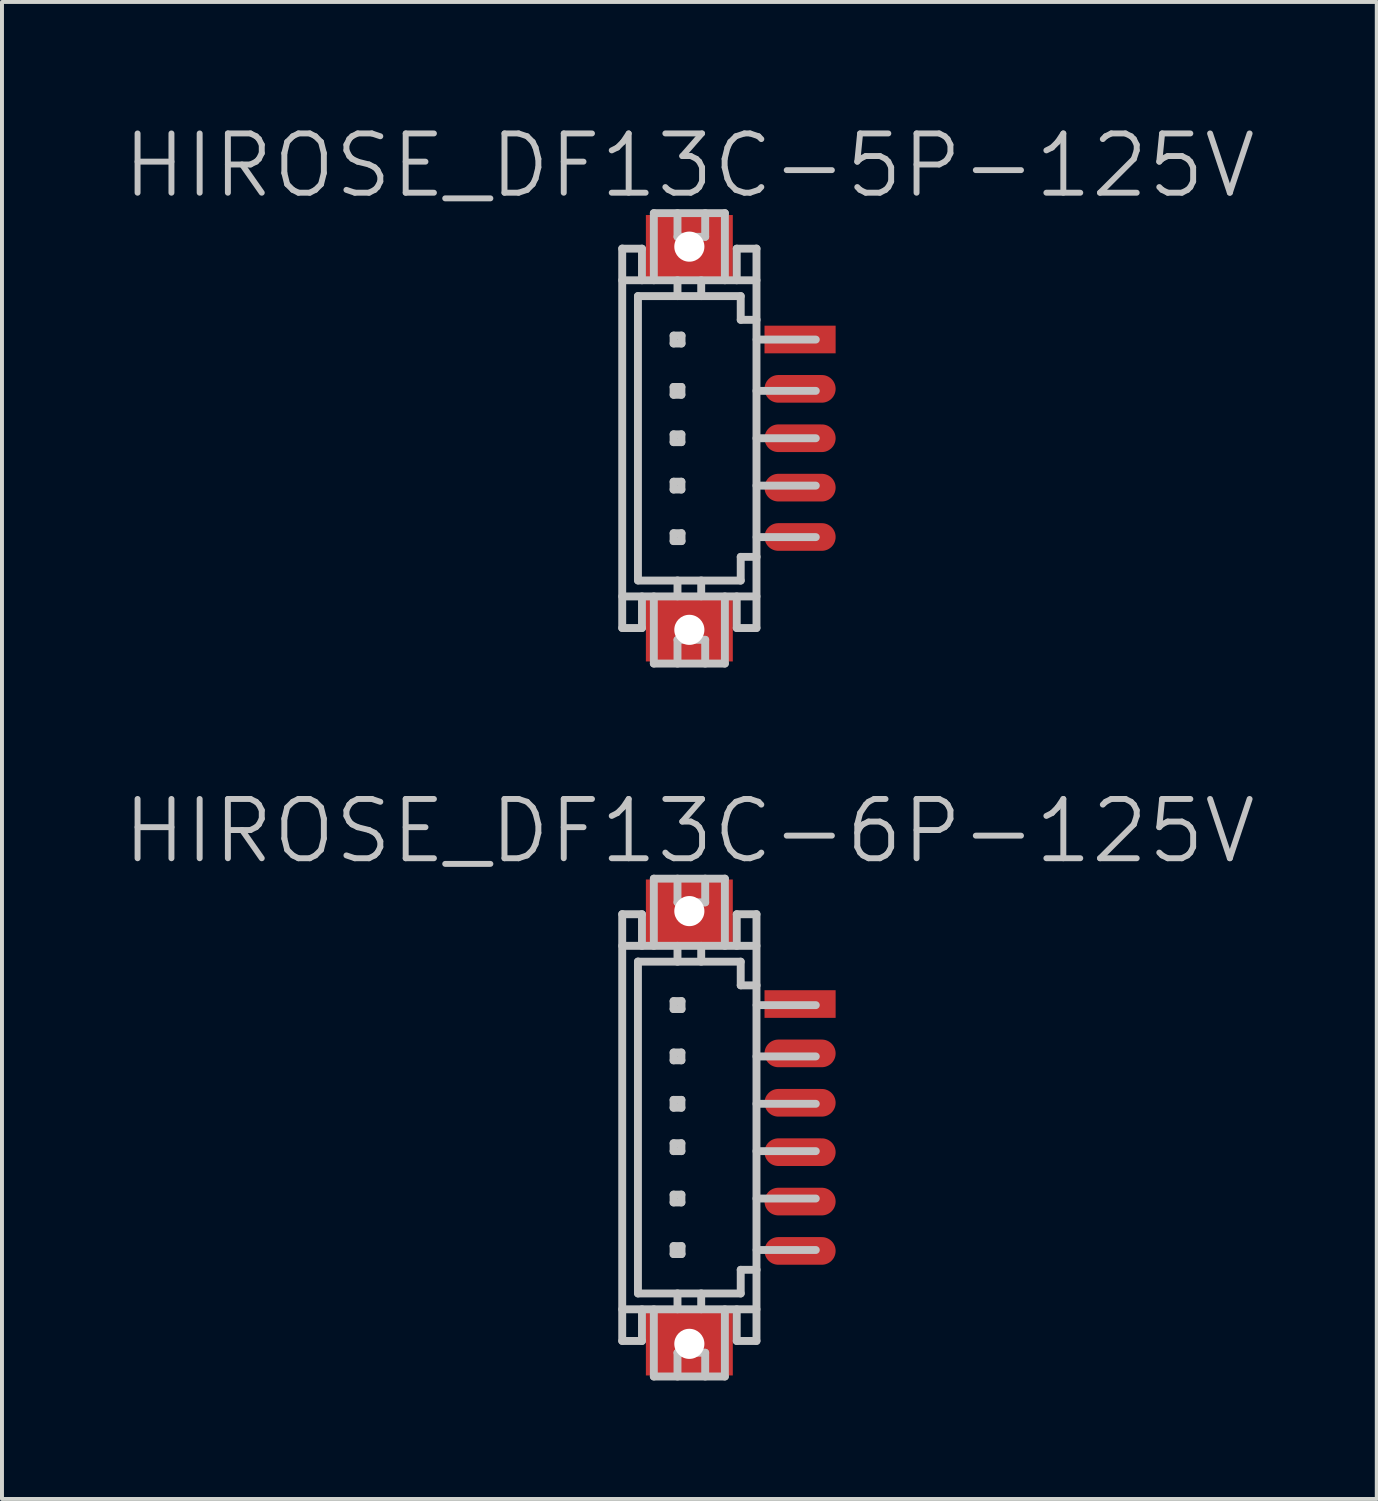
<source format=kicad_pcb>
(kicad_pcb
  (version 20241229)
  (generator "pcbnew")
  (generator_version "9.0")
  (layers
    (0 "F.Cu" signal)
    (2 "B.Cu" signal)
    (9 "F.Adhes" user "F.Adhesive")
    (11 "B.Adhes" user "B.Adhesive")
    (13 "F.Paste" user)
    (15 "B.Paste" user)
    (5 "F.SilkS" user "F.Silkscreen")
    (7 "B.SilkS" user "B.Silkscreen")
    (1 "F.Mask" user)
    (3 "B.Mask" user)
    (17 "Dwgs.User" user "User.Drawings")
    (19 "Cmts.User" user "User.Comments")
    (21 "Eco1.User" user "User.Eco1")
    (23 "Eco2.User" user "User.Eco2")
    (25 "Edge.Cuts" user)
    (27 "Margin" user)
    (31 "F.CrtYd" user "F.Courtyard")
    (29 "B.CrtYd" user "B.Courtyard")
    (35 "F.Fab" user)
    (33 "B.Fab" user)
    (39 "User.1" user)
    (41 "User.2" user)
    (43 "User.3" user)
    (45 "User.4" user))
  (footprint "HIROSE_DF13C-6P-125V"
    (layer "F.Cu")
    (at 14.396 25.484)
    (property "Reference" "HIROSE_DF13C-6P-125V" (at 0 -7.5 180) (layer "Dwgs.User") (effects (font (size 1.5 1.5) (thickness 0.15))))
    (attr smd)
    (fp_line (start -1.699 -5.4) (end -1.699 5.4) (stroke (width 0.2) (type solid)) (layer "Dwgs.User"))
    (fp_line (start -1.699 -5.397) (end -1.199 -5.397) (stroke (width 0.2) (type solid)) (layer "Dwgs.User"))
    (fp_line (start -1.699 5.403) (end -1.199 5.403) (stroke (width 0.2) (type solid)) (layer "Dwgs.User"))
    (fp_line (start -1.301 -4.196) (end 1.3 -4.196) (stroke (width 0.2) (type solid)) (layer "Dwgs.User"))
    (fp_line (start -1.301 4.201) (end -1.301 -4.201) (stroke (width 0.2) (type solid)) (layer "Dwgs.User"))
    (fp_line (start -1.298 4.201) (end 1.3 4.201) (stroke (width 0.2) (type solid)) (layer "Dwgs.User"))
    (fp_line (start -1.199 -4.597) (end -1.199 -5.397) (stroke (width 0.2) (type solid)) (layer "Dwgs.User"))
    (fp_line (start -1.199 5.403) (end -1.199 4.602) (stroke (width 0.2) (type solid)) (layer "Dwgs.User"))
    (fp_line (start -0.899 -6.297) (end -0.899 -4.597) (stroke (width 0.2) (type solid)) (layer "Dwgs.User"))
    (fp_line (start -0.899 -6.297) (end 0.899 -6.297) (stroke (width 0.2) (type solid)) (layer "Dwgs.User"))
    (fp_line (start -0.899 6.302) (end -0.899 4.602) (stroke (width 0.2) (type solid)) (layer "Dwgs.User"))
    (fp_line (start -0.399 -3.198) (end -0.399 -2.997) (stroke (width 0.2) (type solid)) (layer "Dwgs.User"))
    (fp_line (start -0.399 -2.997) (end -0.198 -2.997) (stroke (width 0.2) (type solid)) (layer "Dwgs.User"))
    (fp_line (start -0.399 -1.897) (end -0.201 -1.897) (stroke (width 0.2) (type solid)) (layer "Dwgs.User"))
    (fp_line (start -0.399 -1.699) (end -0.399 -1.897) (stroke (width 0.2) (type solid)) (layer "Dwgs.User"))
    (fp_line (start -0.399 -0.699) (end -0.201 -0.699) (stroke (width 0.2) (type solid)) (layer "Dwgs.User"))
    (fp_line (start -0.399 -0.5) (end -0.399 -0.699) (stroke (width 0.2) (type solid)) (layer "Dwgs.User"))
    (fp_line (start -0.399 0.399) (end -0.201 0.399) (stroke (width 0.2) (type solid)) (layer "Dwgs.User"))
    (fp_line (start -0.399 0.599) (end -0.399 0.399) (stroke (width 0.2) (type solid)) (layer "Dwgs.User"))
    (fp_line (start -0.399 1.699) (end -0.201 1.699) (stroke (width 0.2) (type solid)) (layer "Dwgs.User"))
    (fp_line (start -0.399 1.897) (end -0.399 1.699) (stroke (width 0.2) (type solid)) (layer "Dwgs.User"))
    (fp_line (start -0.399 3.002) (end -0.198 3.002) (stroke (width 0.2) (type solid)) (layer "Dwgs.User"))
    (fp_line (start -0.399 3.203) (end -0.399 3.002) (stroke (width 0.2) (type solid)) (layer "Dwgs.User"))
    (fp_line (start -0.3 -5.697) (end -0.3 -6.297) (stroke (width 0.2) (type solid)) (layer "Dwgs.User"))
    (fp_line (start -0.3 -4.597) (end -0.3 -4.196) (stroke (width 0.2) (type solid)) (layer "Dwgs.User"))
    (fp_line (start -0.3 4.199) (end -0.3 4.6) (stroke (width 0.2) (type solid)) (layer "Dwgs.User"))
    (fp_line (start -0.3 5.702) (end -0.3 6.302) (stroke (width 0.2) (type solid)) (layer "Dwgs.User"))
    (fp_line (start -0.201 -1.897) (end -0.201 -1.699) (stroke (width 0.2) (type solid)) (layer "Dwgs.User"))
    (fp_line (start -0.201 -1.699) (end -0.399 -1.699) (stroke (width 0.2) (type solid)) (layer "Dwgs.User"))
    (fp_line (start -0.201 -0.699) (end -0.201 -0.5) (stroke (width 0.2) (type solid)) (layer "Dwgs.User"))
    (fp_line (start -0.201 -0.5) (end -0.399 -0.5) (stroke (width 0.2) (type solid)) (layer "Dwgs.User"))
    (fp_line (start -0.201 0.399) (end -0.201 0.599) (stroke (width 0.2) (type solid)) (layer "Dwgs.User"))
    (fp_line (start -0.201 0.599) (end -0.399 0.599) (stroke (width 0.2) (type solid)) (layer "Dwgs.User"))
    (fp_line (start -0.201 1.699) (end -0.201 1.897) (stroke (width 0.2) (type solid)) (layer "Dwgs.User"))
    (fp_line (start -0.201 1.897) (end -0.399 1.897) (stroke (width 0.2) (type solid)) (layer "Dwgs.User"))
    (fp_line (start -0.198 -3.198) (end -0.399 -3.198) (stroke (width 0.2) (type solid)) (layer "Dwgs.User"))
    (fp_line (start -0.198 -2.997) (end -0.198 -3.198) (stroke (width 0.2) (type solid)) (layer "Dwgs.User"))
    (fp_line (start -0.198 3.002) (end -0.198 3.203) (stroke (width 0.2) (type solid)) (layer "Dwgs.User"))
    (fp_line (start -0.198 3.203) (end -0.399 3.203) (stroke (width 0.2) (type solid)) (layer "Dwgs.User"))
    (fp_line (start 0.3 -4.597) (end 0.3 -4.196) (stroke (width 0.2) (type solid)) (layer "Dwgs.User"))
    (fp_line (start 0.3 4.6) (end 0.3 4.199) (stroke (width 0.2) (type solid)) (layer "Dwgs.User"))
    (fp_line (start 0.401 -6.297) (end 0.401 -5.697) (stroke (width 0.2) (type solid)) (layer "Dwgs.User"))
    (fp_line (start 0.401 -5.697) (end -0.3 -5.697) (stroke (width 0.2) (type solid)) (layer "Dwgs.User"))
    (fp_line (start 0.401 5.7) (end -0.3 5.7) (stroke (width 0.2) (type solid)) (layer "Dwgs.User"))
    (fp_line (start 0.401 5.702) (end 0.401 6.302) (stroke (width 0.2) (type solid)) (layer "Dwgs.User"))
    (fp_line (start 0.899 -6.297) (end 0.899 -4.597) (stroke (width 0.2) (type solid)) (layer "Dwgs.User"))
    (fp_line (start 0.899 6.302) (end -0.899 6.302) (stroke (width 0.2) (type solid)) (layer "Dwgs.User"))
    (fp_line (start 0.899 6.302) (end 0.899 4.602) (stroke (width 0.2) (type solid)) (layer "Dwgs.User"))
    (fp_line (start 1.199 -5.397) (end 1.699 -5.397) (stroke (width 0.2) (type solid)) (layer "Dwgs.User"))
    (fp_line (start 1.199 -4.597) (end 1.199 -5.397) (stroke (width 0.2) (type solid)) (layer "Dwgs.User"))
    (fp_line (start 1.199 5.403) (end 1.199 4.602) (stroke (width 0.2) (type solid)) (layer "Dwgs.User"))
    (fp_line (start 1.199 5.403) (end 1.699 5.403) (stroke (width 0.2) (type solid)) (layer "Dwgs.User"))
    (fp_line (start 1.3 -4.196) (end 1.3 -3.597) (stroke (width 0.2) (type solid)) (layer "Dwgs.User"))
    (fp_line (start 1.3 3.602) (end 1.702 3.602) (stroke (width 0.2) (type solid)) (layer "Dwgs.User"))
    (fp_line (start 1.3 4.201) (end 1.3 3.602) (stroke (width 0.2) (type solid)) (layer "Dwgs.User"))
    (fp_line (start 1.699 -4.597) (end -1.699 -4.597) (stroke (width 0.2) (type solid)) (layer "Dwgs.User"))
    (fp_line (start 1.699 -1.798) (end 3.2 -1.798) (stroke (width 0.2) (type solid)) (layer "Dwgs.User"))
    (fp_line (start 1.699 0.599) (end 3.2 0.599) (stroke (width 0.2) (type solid)) (layer "Dwgs.User"))
    (fp_line (start 1.699 1.798) (end 3.2 1.798) (stroke (width 0.2) (type solid)) (layer "Dwgs.User"))
    (fp_line (start 1.699 4.602) (end -1.699 4.602) (stroke (width 0.2) (type solid)) (layer "Dwgs.User"))
    (fp_line (start 1.699 5.4) (end 1.699 -5.4) (stroke (width 0.2) (type solid)) (layer "Dwgs.User"))
    (fp_line (start 1.702 -3.597) (end 1.3 -3.597) (stroke (width 0.2) (type solid)) (layer "Dwgs.User"))
    (fp_line (start 1.702 -3.096) (end 3.2 -3.096) (stroke (width 0.2) (type solid)) (layer "Dwgs.User"))
    (fp_line (start 1.702 3.101) (end 3.2 3.101) (stroke (width 0.2) (type solid)) (layer "Dwgs.User"))
    (fp_line (start 3.2 -0.599) (end 1.699 -0.599) (stroke (width 0.2) (type solid)) (layer "Dwgs.User"))
    (pad "" np_thru_hole rect (at -0.0001 -5.476 270) (size 1.6 2.2) (drill 0.762) (layers "F.Cu" "F.Mask" "F.Paste"))
    (pad "" np_thru_hole rect (at -0.0001 5.476 270) (size 1.6 2.2) (drill 0.762) (layers "F.Cu" "F.Mask" "F.Paste"))
    (pad "1" smd rect (at 2.802 -3.124 270) (size 0.7 1.8) (layers "F.Cu" "F.Mask" "F.Paste"))
    (pad "2" smd oval (at 2.802 -1.875 270) (size 0.7 1.8) (layers "F.Cu" "F.Mask" "F.Paste"))
    (pad "3" smd oval (at 2.802 -0.625 270) (size 0.7 1.8) (layers "F.Cu" "F.Mask" "F.Paste"))
    (pad "4" smd oval (at 2.802 0.625 270) (size 0.7 1.8) (layers "F.Cu" "F.Mask" "F.Paste"))
    (pad "5" smd oval (at 2.802 1.875 270) (size 0.7 1.8) (layers "F.Cu" "F.Mask" "F.Paste"))
    (pad "6" smd oval (at 2.802 3.124 270) (size 0.7 1.8) (layers "F.Cu" "F.Mask" "F.Paste")))
  (footprint "HIROSE_DF13C-5P-125V"
    (layer "F.Cu")
    (at 14.396 8.041)
    (property "Reference" "HIROSE_DF13C-5P-125V" (at 0 -6.9 180) (layer "Dwgs.User") (effects (font (size 1.5 1.5) (thickness 0.15))))
    (attr smd)
    (fp_line (start -1.699 -4.798) (end -1.199 -4.798) (stroke (width 0.2) (type solid)) (layer "Dwgs.User"))
    (fp_line (start -1.699 4.801) (end -1.699 -4.801) (stroke (width 0.2) (type solid)) (layer "Dwgs.User"))
    (fp_line (start -1.699 4.803) (end -1.199 4.803) (stroke (width 0.2) (type solid)) (layer "Dwgs.User"))
    (fp_line (start -1.301 -3.597) (end 1.3 -3.597) (stroke (width 0.2) (type solid)) (layer "Dwgs.User"))
    (fp_line (start -1.301 3.599) (end -1.301 -3.599) (stroke (width 0.2) (type solid)) (layer "Dwgs.User"))
    (fp_line (start -1.298 3.602) (end 1.3 3.602) (stroke (width 0.2) (type solid)) (layer "Dwgs.User"))
    (fp_line (start -1.199 -3.998) (end -1.199 -4.798) (stroke (width 0.2) (type solid)) (layer "Dwgs.User"))
    (fp_line (start -1.199 4.803) (end -1.199 4.003) (stroke (width 0.2) (type solid)) (layer "Dwgs.User"))
    (fp_line (start -0.899 -5.697) (end -0.899 -3.998) (stroke (width 0.2) (type solid)) (layer "Dwgs.User"))
    (fp_line (start -0.899 -5.697) (end 0.899 -5.697) (stroke (width 0.2) (type solid)) (layer "Dwgs.User"))
    (fp_line (start -0.899 5.702) (end -0.899 4.003) (stroke (width 0.2) (type solid)) (layer "Dwgs.User"))
    (fp_line (start -0.399 -2.598) (end -0.399 -2.398) (stroke (width 0.2) (type solid)) (layer "Dwgs.User"))
    (fp_line (start -0.399 -2.398) (end -0.198 -2.398) (stroke (width 0.2) (type solid)) (layer "Dwgs.User"))
    (fp_line (start -0.399 -1.298) (end -0.201 -1.298) (stroke (width 0.2) (type solid)) (layer "Dwgs.User"))
    (fp_line (start -0.399 -1.1) (end -0.399 -1.298) (stroke (width 0.2) (type solid)) (layer "Dwgs.User"))
    (fp_line (start -0.399 -0.099) (end -0.201 -0.099) (stroke (width 0.2) (type solid)) (layer "Dwgs.User"))
    (fp_line (start -0.399 0.099) (end -0.399 -0.099) (stroke (width 0.2) (type solid)) (layer "Dwgs.User"))
    (fp_line (start -0.399 1.1) (end -0.201 1.1) (stroke (width 0.2) (type solid)) (layer "Dwgs.User"))
    (fp_line (start -0.399 1.298) (end -0.399 1.1) (stroke (width 0.2) (type solid)) (layer "Dwgs.User"))
    (fp_line (start -0.399 2.403) (end -0.198 2.403) (stroke (width 0.2) (type solid)) (layer "Dwgs.User"))
    (fp_line (start -0.399 2.603) (end -0.399 2.403) (stroke (width 0.2) (type solid)) (layer "Dwgs.User"))
    (fp_line (start -0.3 -5.098) (end -0.3 -5.697) (stroke (width 0.2) (type solid)) (layer "Dwgs.User"))
    (fp_line (start -0.3 -3.998) (end -0.3 -3.597) (stroke (width 0.2) (type solid)) (layer "Dwgs.User"))
    (fp_line (start -0.3 3.599) (end -0.3 4) (stroke (width 0.2) (type solid)) (layer "Dwgs.User"))
    (fp_line (start -0.3 5.103) (end -0.3 5.702) (stroke (width 0.2) (type solid)) (layer "Dwgs.User"))
    (fp_line (start -0.201 -1.298) (end -0.201 -1.1) (stroke (width 0.2) (type solid)) (layer "Dwgs.User"))
    (fp_line (start -0.201 -1.1) (end -0.399 -1.1) (stroke (width 0.2) (type solid)) (layer "Dwgs.User"))
    (fp_line (start -0.201 -0.099) (end -0.201 0.099) (stroke (width 0.2) (type solid)) (layer "Dwgs.User"))
    (fp_line (start -0.201 0.099) (end -0.399 0.099) (stroke (width 0.2) (type solid)) (layer "Dwgs.User"))
    (fp_line (start -0.201 1.1) (end -0.201 1.298) (stroke (width 0.2) (type solid)) (layer "Dwgs.User"))
    (fp_line (start -0.201 1.298) (end -0.399 1.298) (stroke (width 0.2) (type solid)) (layer "Dwgs.User"))
    (fp_line (start -0.198 -2.598) (end -0.399 -2.598) (stroke (width 0.2) (type solid)) (layer "Dwgs.User"))
    (fp_line (start -0.198 -2.398) (end -0.198 -2.598) (stroke (width 0.2) (type solid)) (layer "Dwgs.User"))
    (fp_line (start -0.198 2.403) (end -0.198 2.603) (stroke (width 0.2) (type solid)) (layer "Dwgs.User"))
    (fp_line (start -0.198 2.603) (end -0.399 2.603) (stroke (width 0.2) (type solid)) (layer "Dwgs.User"))
    (fp_line (start 0.3 -3.998) (end 0.3 -3.597) (stroke (width 0.2) (type solid)) (layer "Dwgs.User"))
    (fp_line (start 0.3 4) (end 0.3 3.599) (stroke (width 0.2) (type solid)) (layer "Dwgs.User"))
    (fp_line (start 0.401 -5.697) (end 0.401 -5.098) (stroke (width 0.2) (type solid)) (layer "Dwgs.User"))
    (fp_line (start 0.401 -5.098) (end -0.3 -5.098) (stroke (width 0.2) (type solid)) (layer "Dwgs.User"))
    (fp_line (start 0.401 5.1) (end -0.3 5.1) (stroke (width 0.2) (type solid)) (layer "Dwgs.User"))
    (fp_line (start 0.401 5.103) (end 0.401 5.702) (stroke (width 0.2) (type solid)) (layer "Dwgs.User"))
    (fp_line (start 0.899 -5.697) (end 0.899 -3.998) (stroke (width 0.2) (type solid)) (layer "Dwgs.User"))
    (fp_line (start 0.899 5.702) (end -0.899 5.702) (stroke (width 0.2) (type solid)) (layer "Dwgs.User"))
    (fp_line (start 0.899 5.702) (end 0.899 4.003) (stroke (width 0.2) (type solid)) (layer "Dwgs.User"))
    (fp_line (start 1.199 -4.798) (end 1.699 -4.798) (stroke (width 0.2) (type solid)) (layer "Dwgs.User"))
    (fp_line (start 1.199 -3.998) (end 1.199 -4.798) (stroke (width 0.2) (type solid)) (layer "Dwgs.User"))
    (fp_line (start 1.199 4.803) (end 1.199 4.003) (stroke (width 0.2) (type solid)) (layer "Dwgs.User"))
    (fp_line (start 1.199 4.803) (end 1.699 4.803) (stroke (width 0.2) (type solid)) (layer "Dwgs.User"))
    (fp_line (start 1.3 -3.597) (end 1.3 -2.997) (stroke (width 0.2) (type solid)) (layer "Dwgs.User"))
    (fp_line (start 1.3 3.002) (end 1.702 3.002) (stroke (width 0.2) (type solid)) (layer "Dwgs.User"))
    (fp_line (start 1.3 3.602) (end 1.3 3.002) (stroke (width 0.2) (type solid)) (layer "Dwgs.User"))
    (fp_line (start 1.699 -4.801) (end 1.699 4.801) (stroke (width 0.2) (type solid)) (layer "Dwgs.User"))
    (fp_line (start 1.699 -3.998) (end -1.699 -3.998) (stroke (width 0.2) (type solid)) (layer "Dwgs.User"))
    (fp_line (start 1.699 -1.199) (end 3.2 -1.199) (stroke (width 0.2) (type solid)) (layer "Dwgs.User"))
    (fp_line (start 1.699 1.199) (end 3.2 1.199) (stroke (width 0.2) (type solid)) (layer "Dwgs.User"))
    (fp_line (start 1.699 4.003) (end -1.699 4.003) (stroke (width 0.2) (type solid)) (layer "Dwgs.User"))
    (fp_line (start 1.702 -2.997) (end 1.3 -2.997) (stroke (width 0.2) (type solid)) (layer "Dwgs.User"))
    (fp_line (start 1.702 -2.497) (end 3.2 -2.497) (stroke (width 0.2) (type solid)) (layer "Dwgs.User"))
    (fp_line (start 1.702 2.502) (end 3.2 2.502) (stroke (width 0.2) (type solid)) (layer "Dwgs.User"))
    (fp_line (start 3.2 0) (end 1.699 0) (stroke (width 0.2) (type solid)) (layer "Dwgs.User"))
    (pad "" np_thru_hole rect (at -0.0001 -4.849 270) (size 1.6 2.2) (drill 0.762) (layers "F.Cu" "F.Mask" "F.Paste"))
    (pad "" np_thru_hole rect (at -0.0001 4.849 270) (size 1.6 2.2) (drill 0.762) (layers "F.Cu" "F.Mask" "F.Paste"))
    (pad "1" smd rect (at 2.802 -2.499 270) (size 0.7 1.8) (layers "F.Cu" "F.Mask" "F.Paste"))
    (pad "2" smd oval (at 2.802 -1.25 270) (size 0.7 1.8) (layers "F.Cu" "F.Mask" "F.Paste"))
    (pad "3" smd oval (at 2.802 0 270) (size 0.7 1.8) (layers "F.Cu" "F.Mask" "F.Paste"))
    (pad "4" smd oval (at 2.802 1.25 270) (size 0.7 1.8) (layers "F.Cu" "F.Mask" "F.Paste"))
    (pad "5" smd oval (at 2.802 2.499 270) (size 0.7 1.8) (layers "F.Cu" "F.Mask" "F.Paste")))
  (gr_rect
    (start -3 -3)
    (end 31.793 34.886)
    (stroke (width 0.1) (type default))
    (fill no)
    (layer "Edge.Cuts")))
</source>
